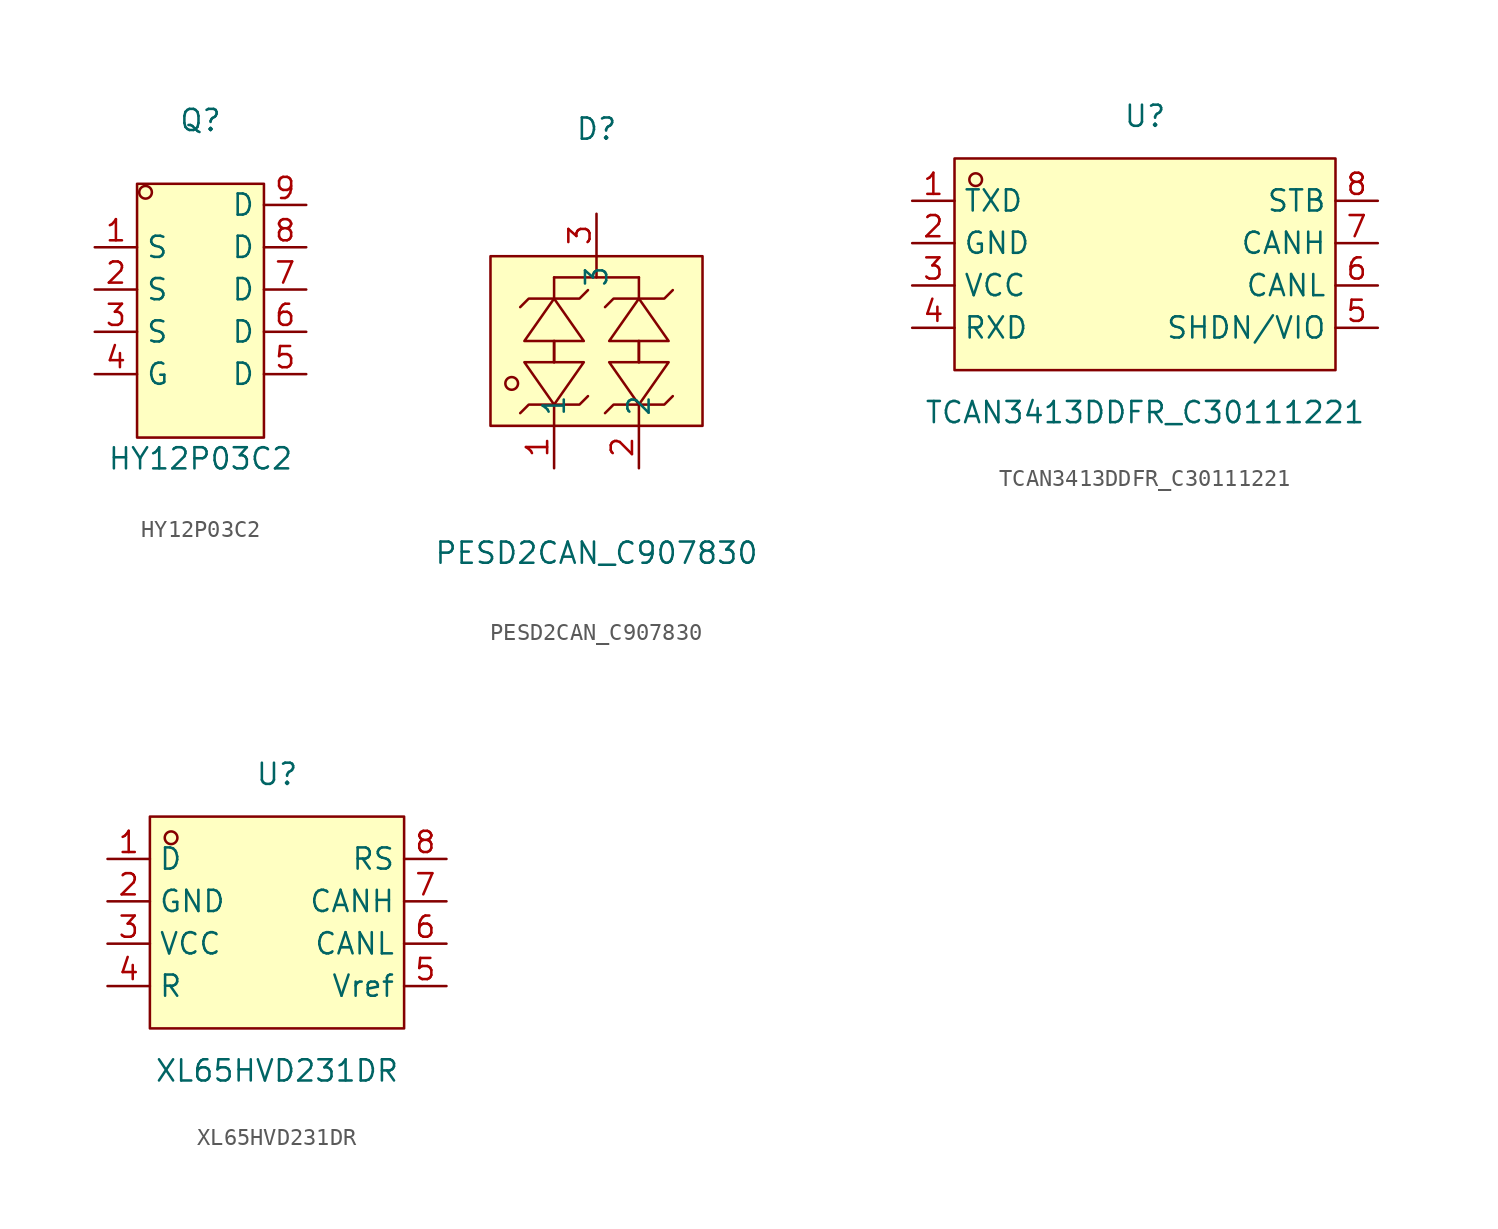
<source format=kicad_sym>
(kicad_symbol_lib
  (version 20211014)
  (generator https://github.com/uPesy/easyeda2kicad.py)
  (symbol "HY12P03C2"
    (property "Reference" "Q"
      (at 0 11.43 0)
      (effects (font (size 1.27 1.27))))
    (property "Value" "HY12P03C2"
      (at 0 -8.89 0)
      (effects (font (size 1.27 1.27))))
    (symbol "HY12P03C2_0_1"
      (rectangle (start -3.81 7.62) (end 3.81 -7.62) (stroke (width 0) (type default) (color 0 0 0 0)) (fill (type background)))
      (circle (center -3.30 7.11) (radius 0.38) (stroke (width 0) (type default) (color 0 0 0 0)) (fill (type none)))
      (pin unspecified line (at -6.35 3.81 0) (length 2.54) (name "S" (effects (font (size 1.27 1.27)))) (number "1" (effects (font (size 1.27 1.27)))))
      (pin unspecified line (at -6.35 1.27 0) (length 2.54) (name "S" (effects (font (size 1.27 1.27)))) (number "2" (effects (font (size 1.27 1.27)))))
      (pin unspecified line (at -6.35 -1.27 0) (length 2.54) (name "S" (effects (font (size 1.27 1.27)))) (number "3" (effects (font (size 1.27 1.27)))))
      (pin unspecified line (at -6.35 -3.81 0) (length 2.54) (name "G" (effects (font (size 1.27 1.27)))) (number "4" (effects (font (size 1.27 1.27)))))
      (pin unspecified line (at 6.35 -3.81 180) (length 2.54) (name "D" (effects (font (size 1.27 1.27)))) (number "5" (effects (font (size 1.27 1.27)))))
      (pin unspecified line (at 6.35 -1.27 180) (length 2.54) (name "D" (effects (font (size 1.27 1.27)))) (number "6" (effects (font (size 1.27 1.27)))))
      (pin unspecified line (at 6.35 1.27 180) (length 2.54) (name "D" (effects (font (size 1.27 1.27)))) (number "7" (effects (font (size 1.27 1.27)))))
      (pin unspecified line (at 6.35 3.81 180) (length 2.54) (name "D" (effects (font (size 1.27 1.27)))) (number "8" (effects (font (size 1.27 1.27)))))
      (pin unspecified line (at 6.35 6.35 180) (length 2.54) (name "D" (effects (font (size 1.27 1.27)))) (number "9" (effects (font (size 1.27 1.27)))))))
  (symbol "PESD2CAN_C907830"
    (property "Reference" "D"
      (at 0 12.70 0)
      (effects (font (size 1.27 1.27))))
    (property "Value" "PESD2CAN_C907830"
      (at 0 -12.70 0)
      (effects (font (size 1.27 1.27))))
    (symbol "PESD2CAN_C907830_0_1"
      (rectangle (start -6.35 5.08) (end 6.35 -5.08) (stroke (width 0) (type default) (color 0 0 0 0)) (fill (type background)))
      (circle (center -5.08 -2.54) (radius 0.38) (stroke (width 0) (type default) (color 0 0 0 0)) (fill (type none)))
      (polyline (pts (xy 0.76 -1.27) (xy 2.54 -3.81) (xy 4.32 -1.27) (xy 0.76 -1.27)) (stroke (width 0) (type default) (color 0 0 0 0)) (fill (type background)))
      (polyline (pts (xy -4.32 -1.27) (xy -2.54 -3.81) (xy -0.76 -1.27) (xy -4.32 -1.27)) (stroke (width 0) (type default) (color 0 0 0 0)) (fill (type background)))
      (polyline (pts (xy 4.32 -0.00) (xy 2.54 2.54) (xy 0.76 -0.00) (xy 4.32 -0.00)) (stroke (width 0) (type default) (color 0 0 0 0)) (fill (type background)))
      (polyline (pts (xy -0.76 -0.00) (xy -2.54 2.54) (xy -4.32 -0.00) (xy -0.76 -0.00)) (stroke (width 0) (type default) (color 0 0 0 0)) (fill (type background)))
      (polyline (pts (xy 0.00 3.81) (xy 0.00 5.08)) (stroke (width 0) (type default) (color 0 0 0 0)) (fill (type none)))
      (polyline (pts (xy -2.54 3.81) (xy 2.54 3.81)) (stroke (width 0) (type default) (color 0 0 0 0)) (fill (type none)))
      (polyline (pts (xy 2.54 -3.81) (xy 2.54 -5.08)) (stroke (width 0) (type default) (color 0 0 0 0)) (fill (type none)))
      (polyline (pts (xy 2.54 -0.00) (xy 2.54 -1.27)) (stroke (width 0) (type default) (color 0 0 0 0)) (fill (type none)))
      (polyline (pts (xy 4.57 -3.30) (xy 4.06 -3.81) (xy 1.02 -3.81) (xy 0.51 -4.32)) (stroke (width 0) (type default) (color 0 0 0 0)) (fill (type none)))
      (polyline (pts (xy -0.51 -3.30) (xy -1.02 -3.81) (xy -4.06 -3.81) (xy -4.57 -4.32)) (stroke (width 0) (type default) (color 0 0 0 0)) (fill (type none)))
      (polyline (pts (xy -2.54 -0.00) (xy -2.54 -1.27)) (stroke (width 0) (type default) (color 0 0 0 0)) (fill (type none)))
      (polyline (pts (xy -2.54 -3.81) (xy -2.54 -5.08)) (stroke (width 0) (type default) (color 0 0 0 0)) (fill (type none)))
      (polyline (pts (xy 2.54 2.54) (xy 2.54 3.81)) (stroke (width 0) (type default) (color 0 0 0 0)) (fill (type none)))
      (polyline (pts (xy 2.54 -1.27) (xy 2.54 -0.00)) (stroke (width 0) (type default) (color 0 0 0 0)) (fill (type none)))
      (polyline (pts (xy 0.51 2.03) (xy 1.02 2.54) (xy 4.06 2.54) (xy 4.57 3.05)) (stroke (width 0) (type default) (color 0 0 0 0)) (fill (type none)))
      (polyline (pts (xy -4.57 2.03) (xy -4.06 2.54) (xy -1.02 2.54) (xy -0.51 3.05)) (stroke (width 0) (type default) (color 0 0 0 0)) (fill (type none)))
      (polyline (pts (xy -2.54 -1.27) (xy -2.54 -0.00)) (stroke (width 0) (type default) (color 0 0 0 0)) (fill (type none)))
      (polyline (pts (xy -2.54 2.54) (xy -2.54 3.81)) (stroke (width 0) (type default) (color 0 0 0 0)) (fill (type none)))
      (pin unspecified line (at 0.00 7.62 270) (length 2.54) (name "3" (effects (font (size 1.27 1.27)))) (number "3" (effects (font (size 1.27 1.27)))))
      (pin unspecified line (at -2.54 -7.62 90) (length 2.54) (name "1" (effects (font (size 1.27 1.27)))) (number "1" (effects (font (size 1.27 1.27)))))
      (pin unspecified line (at 2.54 -7.62 90) (length 2.54) (name "2" (effects (font (size 1.27 1.27)))) (number "2" (effects (font (size 1.27 1.27)))))))
  (symbol "TCAN3413DDFR_C30111221"
    (property "Reference" "U"
      (at 0 8.89 0)
      (effects (font (size 1.27 1.27))))
    (property "Value" "TCAN3413DDFR_C30111221"
      (at 0 -8.89 0)
      (effects (font (size 1.27 1.27))))
    (symbol "TCAN3413DDFR_C30111221_0_1"
      (rectangle (start -11.43 6.35) (end 11.43 -6.35) (stroke (width 0) (type default) (color 0 0 0 0)) (fill (type background)))
      (circle (center -10.16 5.08) (radius 0.38) (stroke (width 0) (type default) (color 0 0 0 0)) (fill (type none)))
      (pin unspecified line (at -13.97 3.81 0) (length 2.54) (name "TXD" (effects (font (size 1.27 1.27)))) (number "1" (effects (font (size 1.27 1.27)))))
      (pin unspecified line (at -13.97 1.27 0) (length 2.54) (name "GND" (effects (font (size 1.27 1.27)))) (number "2" (effects (font (size 1.27 1.27)))))
      (pin unspecified line (at -13.97 -1.27 0) (length 2.54) (name "VCC" (effects (font (size 1.27 1.27)))) (number "3" (effects (font (size 1.27 1.27)))))
      (pin unspecified line (at -13.97 -3.81 0) (length 2.54) (name "RXD" (effects (font (size 1.27 1.27)))) (number "4" (effects (font (size 1.27 1.27)))))
      (pin unspecified line (at 13.97 -3.81 180) (length 2.54) (name "SHDN/VIO" (effects (font (size 1.27 1.27)))) (number "5" (effects (font (size 1.27 1.27)))))
      (pin unspecified line (at 13.97 -1.27 180) (length 2.54) (name "CANL" (effects (font (size 1.27 1.27)))) (number "6" (effects (font (size 1.27 1.27)))))
      (pin unspecified line (at 13.97 1.27 180) (length 2.54) (name "CANH" (effects (font (size 1.27 1.27)))) (number "7" (effects (font (size 1.27 1.27)))))
      (pin unspecified line (at 13.97 3.81 180) (length 2.54) (name "STB" (effects (font (size 1.27 1.27)))) (number "8" (effects (font (size 1.27 1.27)))))))
  (symbol "XL65HVD231DR"
    (property "Reference" "U"
      (at 0 8.89 0)
      (effects (font (size 1.27 1.27))))
    (property "Value" "XL65HVD231DR"
      (at 0 -8.89 0)
      (effects (font (size 1.27 1.27))))
    (symbol "XL65HVD231DR_0_1"
      (rectangle (start -7.62 6.35) (end 7.62 -6.35) (stroke (width 0) (type default) (color 0 0 0 0)) (fill (type background)))
      (circle (center -6.35 5.08) (radius 0.38) (stroke (width 0) (type default) (color 0 0 0 0)) (fill (type none)))
      (pin unspecified line (at -10.16 3.81 0) (length 2.54) (name "D" (effects (font (size 1.27 1.27)))) (number "1" (effects (font (size 1.27 1.27)))))
      (pin unspecified line (at -10.16 1.27 0) (length 2.54) (name "GND" (effects (font (size 1.27 1.27)))) (number "2" (effects (font (size 1.27 1.27)))))
      (pin unspecified line (at -10.16 -1.27 0) (length 2.54) (name "VCC" (effects (font (size 1.27 1.27)))) (number "3" (effects (font (size 1.27 1.27)))))
      (pin unspecified line (at -10.16 -3.81 0) (length 2.54) (name "R" (effects (font (size 1.27 1.27)))) (number "4" (effects (font (size 1.27 1.27)))))
      (pin unspecified line (at 10.16 -3.81 180) (length 2.54) (name "Vref" (effects (font (size 1.27 1.27)))) (number "5" (effects (font (size 1.27 1.27)))))
      (pin unspecified line (at 10.16 -1.27 180) (length 2.54) (name "CANL" (effects (font (size 1.27 1.27)))) (number "6" (effects (font (size 1.27 1.27)))))
      (pin unspecified line (at 10.16 1.27 180) (length 2.54) (name "CANH" (effects (font (size 1.27 1.27)))) (number "7" (effects (font (size 1.27 1.27)))))
      (pin unspecified line (at 10.16 3.81 180) (length 2.54) (name "RS" (effects (font (size 1.27 1.27)))) (number "8" (effects (font (size 1.27 1.27))))))))
</source>
